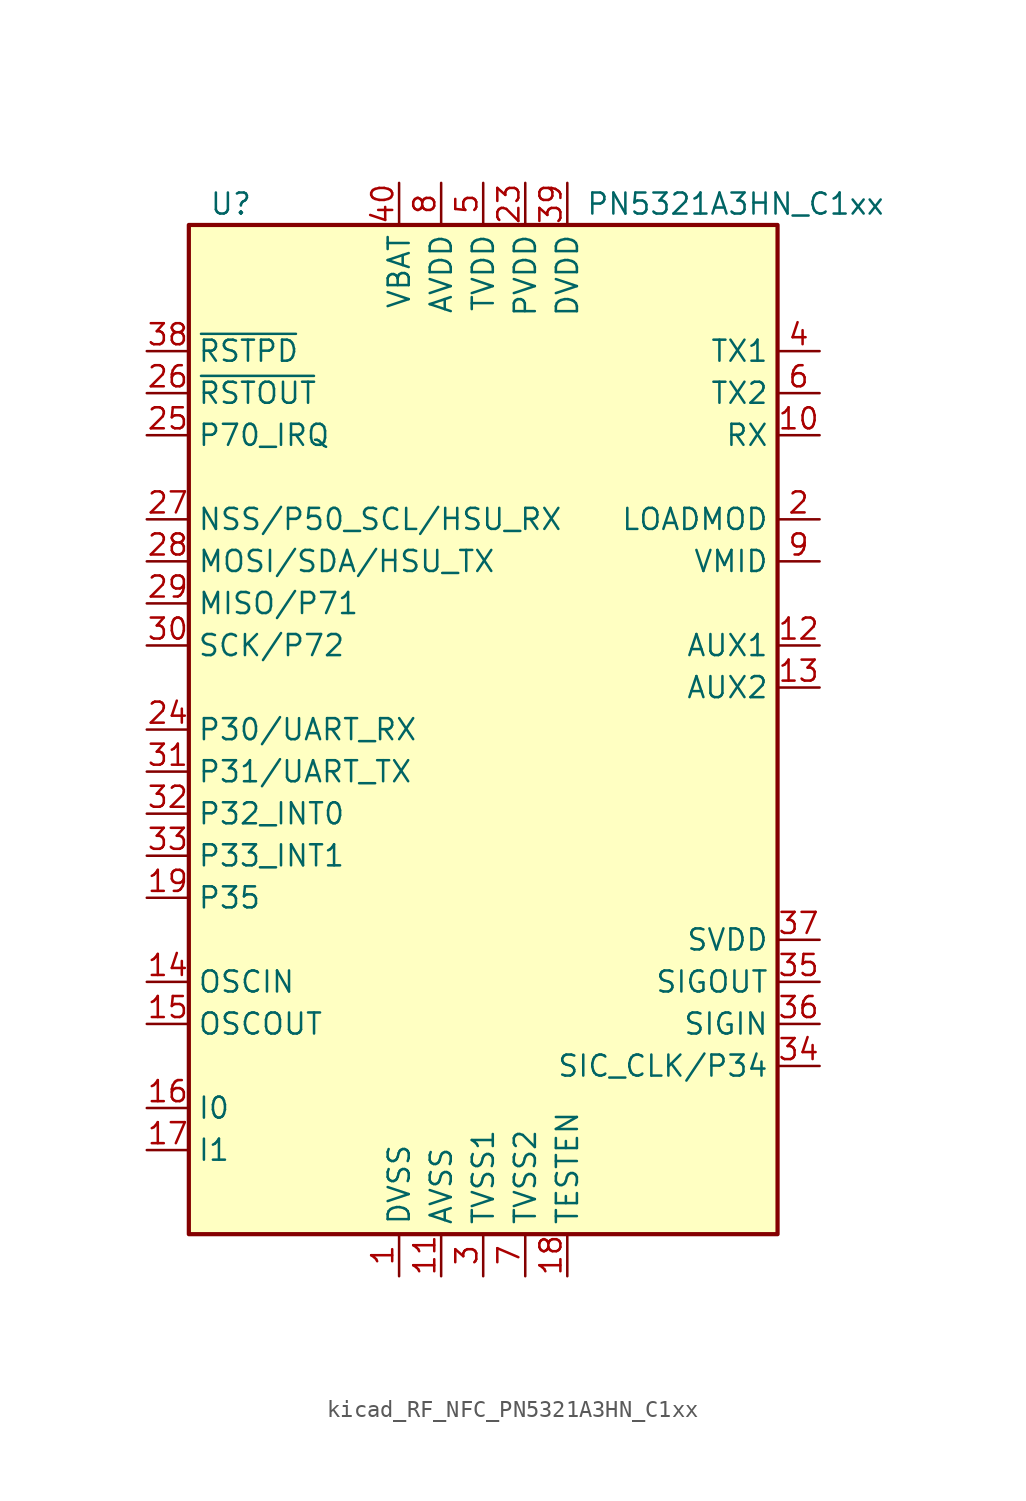
<source format=kicad_sym>
(kicad_symbol_lib
  (version 20220914)
  (generator kicad_symbol_editor)
  (symbol "kicad_RF_NFC_PN5321A3HN_C1xx"
    (property "Reference" "U"
      (at -15.24 31.75 0)
      (effects (font (size 1.27 1.27))))
    (property "Value" "PN5321A3HN_C1xx"
      (at 15.24 31.75 0)
      (effects (font (size 1.27 1.27))))
    (symbol "kicad_RF_NFC_PN5321A3HN_C1xx_0_1"
      (rectangle (start -17.78 30.48) (end 17.78 -30.48) (stroke (width 0.254) (type default)) (fill (type background))))
    (symbol "kicad_RF_NFC_PN5321A3HN_C1xx_1_1"
      (pin power_in line (at -5.08 -33.02 90) (length 2.54) (name "DVSS" (effects (font (size 1.27 1.27)))) (number "1" (effects (font (size 1.27 1.27)))))
      (pin input line (at 20.32 17.78 180) (length 2.54) (name "RX" (effects (font (size 1.27 1.27)))) (number "10" (effects (font (size 1.27 1.27)))))
      (pin power_in line (at -2.54 -33.02 90) (length 2.54) (name "AVSS" (effects (font (size 1.27 1.27)))) (number "11" (effects (font (size 1.27 1.27)))))
      (pin output line (at 20.32 5.08 180) (length 2.54) (name "AUX1" (effects (font (size 1.27 1.27)))) (number "12" (effects (font (size 1.27 1.27)))))
      (pin output line (at 20.32 2.54 180) (length 2.54) (name "AUX2" (effects (font (size 1.27 1.27)))) (number "13" (effects (font (size 1.27 1.27)))))
      (pin input line (at -20.32 -15.24 0) (length 2.54) (name "OSCIN" (effects (font (size 1.27 1.27)))) (number "14" (effects (font (size 1.27 1.27)))))
      (pin output line (at -20.32 -17.78 0) (length 2.54) (name "OSCOUT" (effects (font (size 1.27 1.27)))) (number "15" (effects (font (size 1.27 1.27)))))
      (pin passive line (at -20.32 -22.86 0) (length 2.54) (name "I0" (effects (font (size 1.27 1.27)))) (number "16" (effects (font (size 1.27 1.27)))))
      (pin passive line (at -20.32 -25.4 0) (length 2.54) (name "I1" (effects (font (size 1.27 1.27)))) (number "17" (effects (font (size 1.27 1.27)))))
      (pin passive line (at 5.08 -33.02 90) (length 2.54) (name "TESTEN" (effects (font (size 1.27 1.27)))) (number "18" (effects (font (size 1.27 1.27)))))
      (pin bidirectional line (at -20.32 -10.16 0) (length 2.54) (name "P35" (effects (font (size 1.27 1.27)))) (number "19" (effects (font (size 1.27 1.27)))))
      (pin output line (at 20.32 12.7 180) (length 2.54) (name "LOADMOD" (effects (font (size 1.27 1.27)))) (number "2" (effects (font (size 1.27 1.27)))))
      (pin no_connect line (at 17.78 -2.54 180) (length 2.54) hide (name "N.C." (effects (font (size 1.27 1.27)))) (number "20" (effects (font (size 1.27 1.27)))))
      (pin no_connect line (at 17.78 -5.08 180) (length 2.54) hide (name "N.C." (effects (font (size 1.27 1.27)))) (number "21" (effects (font (size 1.27 1.27)))))
      (pin no_connect line (at 17.78 -7.62 180) (length 2.54) hide (name "N.C." (effects (font (size 1.27 1.27)))) (number "22" (effects (font (size 1.27 1.27)))))
      (pin power_in line (at 2.54 33.02 270) (length 2.54) (name "PVDD" (effects (font (size 1.27 1.27)))) (number "23" (effects (font (size 1.27 1.27)))))
      (pin bidirectional line (at -20.32 0 0) (length 2.54) (name "P30/UART_RX" (effects (font (size 1.27 1.27)))) (number "24" (effects (font (size 1.27 1.27)))))
      (pin bidirectional line (at -20.32 17.78 0) (length 2.54) (name "P70_IRQ" (effects (font (size 1.27 1.27)))) (number "25" (effects (font (size 1.27 1.27)))))
      (pin output line (at -20.32 20.32 0) (length 2.54) (name "~{RSTOUT}" (effects (font (size 1.27 1.27)))) (number "26" (effects (font (size 1.27 1.27)))))
      (pin bidirectional line (at -20.32 12.7 0) (length 2.54) (name "NSS/P50_SCL/HSU_RX" (effects (font (size 1.27 1.27)))) (number "27" (effects (font (size 1.27 1.27)))))
      (pin bidirectional line (at -20.32 10.16 0) (length 2.54) (name "MOSI/SDA/HSU_TX" (effects (font (size 1.27 1.27)))) (number "28" (effects (font (size 1.27 1.27)))))
      (pin bidirectional line (at -20.32 7.62 0) (length 2.54) (name "MISO/P71" (effects (font (size 1.27 1.27)))) (number "29" (effects (font (size 1.27 1.27)))))
      (pin power_in line (at 0 -33.02 90) (length 2.54) (name "TVSS1" (effects (font (size 1.27 1.27)))) (number "3" (effects (font (size 1.27 1.27)))))
      (pin bidirectional line (at -20.32 5.08 0) (length 2.54) (name "SCK/P72" (effects (font (size 1.27 1.27)))) (number "30" (effects (font (size 1.27 1.27)))))
      (pin bidirectional line (at -20.32 -2.54 0) (length 2.54) (name "P31/UART_TX" (effects (font (size 1.27 1.27)))) (number "31" (effects (font (size 1.27 1.27)))))
      (pin bidirectional line (at -20.32 -5.08 0) (length 2.54) (name "P32_INT0" (effects (font (size 1.27 1.27)))) (number "32" (effects (font (size 1.27 1.27)))))
      (pin bidirectional line (at -20.32 -7.62 0) (length 2.54) (name "P33_INT1" (effects (font (size 1.27 1.27)))) (number "33" (effects (font (size 1.27 1.27)))))
      (pin bidirectional line (at 20.32 -20.32 180) (length 2.54) (name "SIC_CLK/P34" (effects (font (size 1.27 1.27)))) (number "34" (effects (font (size 1.27 1.27)))))
      (pin output line (at 20.32 -15.24 180) (length 2.54) (name "SIGOUT" (effects (font (size 1.27 1.27)))) (number "35" (effects (font (size 1.27 1.27)))))
      (pin input line (at 20.32 -17.78 180) (length 2.54) (name "SIGIN" (effects (font (size 1.27 1.27)))) (number "36" (effects (font (size 1.27 1.27)))))
      (pin output line (at 20.32 -12.7 180) (length 2.54) (name "SVDD" (effects (font (size 1.27 1.27)))) (number "37" (effects (font (size 1.27 1.27)))))
      (pin input line (at -20.32 22.86 0) (length 2.54) (name "~{RSTPD}" (effects (font (size 1.27 1.27)))) (number "38" (effects (font (size 1.27 1.27)))))
      (pin power_out line (at 5.08 33.02 270) (length 2.54) (name "DVDD" (effects (font (size 1.27 1.27)))) (number "39" (effects (font (size 1.27 1.27)))))
      (pin output line (at 20.32 22.86 180) (length 2.54) (name "TX1" (effects (font (size 1.27 1.27)))) (number "4" (effects (font (size 1.27 1.27)))))
      (pin power_in line (at -5.08 33.02 270) (length 2.54) (name "VBAT" (effects (font (size 1.27 1.27)))) (number "40" (effects (font (size 1.27 1.27)))))
      (pin passive line (at -2.54 -33.02 90) (length 2.54) hide (name "AVSS" (effects (font (size 1.27 1.27)))) (number "41" (effects (font (size 1.27 1.27)))))
      (pin power_in line (at 0 33.02 270) (length 2.54) (name "TVDD" (effects (font (size 1.27 1.27)))) (number "5" (effects (font (size 1.27 1.27)))))
      (pin output line (at 20.32 20.32 180) (length 2.54) (name "TX2" (effects (font (size 1.27 1.27)))) (number "6" (effects (font (size 1.27 1.27)))))
      (pin power_in line (at 2.54 -33.02 90) (length 2.54) (name "TVSS2" (effects (font (size 1.27 1.27)))) (number "7" (effects (font (size 1.27 1.27)))))
      (pin power_in line (at -2.54 33.02 270) (length 2.54) (name "AVDD" (effects (font (size 1.27 1.27)))) (number "8" (effects (font (size 1.27 1.27)))))
      (pin output line (at 20.32 10.16 180) (length 2.54) (name "VMID" (effects (font (size 1.27 1.27)))) (number "9" (effects (font (size 1.27 1.27))))))))
</source>
